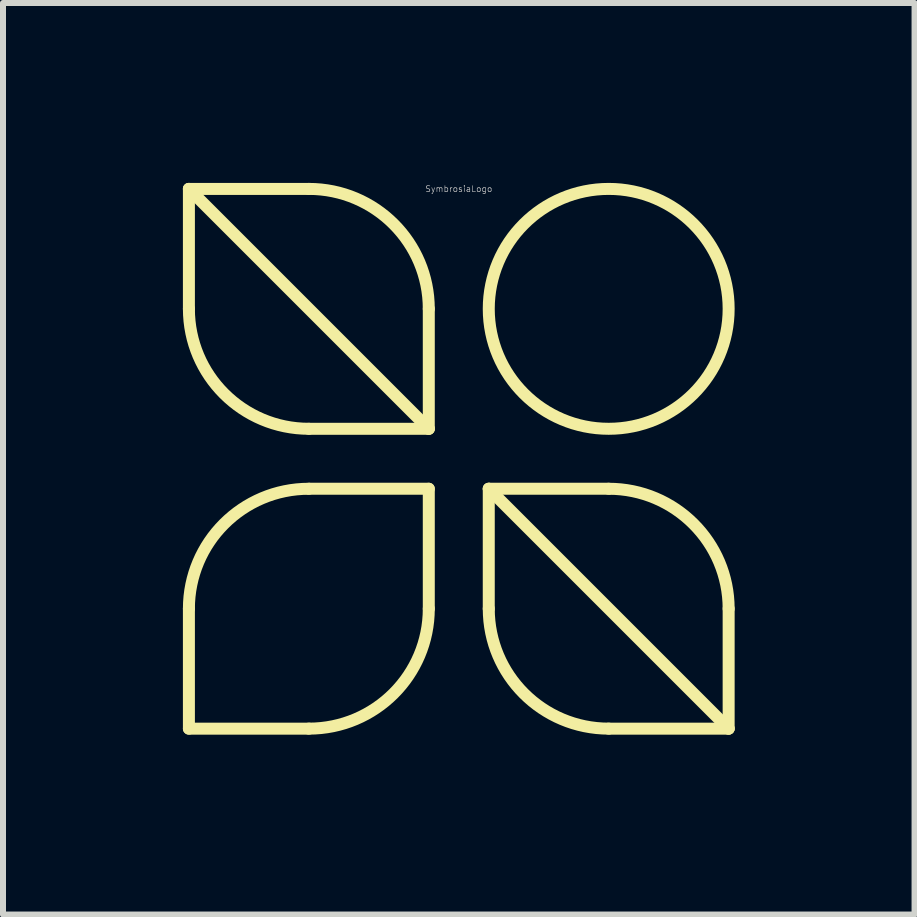
<source format=kicad_pcb>
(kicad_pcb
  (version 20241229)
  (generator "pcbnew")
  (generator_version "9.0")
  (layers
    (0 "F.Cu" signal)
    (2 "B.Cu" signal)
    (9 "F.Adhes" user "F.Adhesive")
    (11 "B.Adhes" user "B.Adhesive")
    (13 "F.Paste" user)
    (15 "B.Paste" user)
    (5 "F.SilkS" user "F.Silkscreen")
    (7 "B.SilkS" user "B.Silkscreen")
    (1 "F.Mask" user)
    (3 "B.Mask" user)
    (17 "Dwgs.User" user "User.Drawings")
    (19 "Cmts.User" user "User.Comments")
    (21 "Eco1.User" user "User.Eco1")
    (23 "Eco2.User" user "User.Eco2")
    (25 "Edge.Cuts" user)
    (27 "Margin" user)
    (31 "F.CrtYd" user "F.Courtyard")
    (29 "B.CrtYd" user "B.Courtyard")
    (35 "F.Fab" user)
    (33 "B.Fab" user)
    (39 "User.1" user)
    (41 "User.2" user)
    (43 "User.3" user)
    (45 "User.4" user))
  (footprint "SymbrosiaLogo"
    (layer "F.Cu")
    (at 4.6 4.6)
    (property "Reference" "SymbrosiaLogo" (at 0 -4.5 0) (layer "Dwgs.User") (effects (font (size 0.1 0.1) (thickness 0.01))))
    (attr through_hole)
    (fp_line (start -4.5 -4.5) (end -4.5 -2.5) (stroke (width 0.2) (type solid)) (layer "F.SilkS"))
    (fp_line (start -4.5 -4.5) (end -0.5 -0.5) (stroke (width 0.2) (type solid)) (layer "F.SilkS"))
    (fp_line (start -4.5 2.5) (end -4.5 4.5) (stroke (width 0.2) (type solid)) (layer "F.SilkS"))
    (fp_line (start -4.5 4.5) (end -2.5 4.5) (stroke (width 0.2) (type solid)) (layer "F.SilkS"))
    (fp_line (start -2.5 -4.5) (end -4.5 -4.5) (stroke (width 0.2) (type solid)) (layer "F.SilkS"))
    (fp_line (start -2.5 0.5) (end -0.5 0.5) (stroke (width 0.2) (type solid)) (layer "F.SilkS"))
    (fp_line (start -0.5 -0.5) (end -2.5 -0.5) (stroke (width 0.2) (type solid)) (layer "F.SilkS"))
    (fp_line (start -0.5 -0.5) (end -0.5 -2.5) (stroke (width 0.2) (type solid)) (layer "F.SilkS"))
    (fp_line (start -0.5 0.5) (end -0.5 2.5) (stroke (width 0.2) (type solid)) (layer "F.SilkS"))
    (fp_line (start 0.5 0.5) (end 2.5 0.5) (stroke (width 0.2) (type solid)) (layer "F.SilkS"))
    (fp_line (start 0.5 0.5) (end 4.5 4.5) (stroke (width 0.2) (type solid)) (layer "F.SilkS"))
    (fp_line (start 0.5 2.5) (end 0.5 0.5) (stroke (width 0.2) (type solid)) (layer "F.SilkS"))
    (fp_line (start 2.5 4.5) (end 4.5 4.5) (stroke (width 0.2) (type solid)) (layer "F.SilkS"))
    (fp_line (start 4.5 4.5) (end 4.5 2.5) (stroke (width 0.2) (type solid)) (layer "F.SilkS"))
    (fp_arc (start -4.5 2.5) (mid -3.914214 1.085786) (end -2.5 0.5) (stroke (width 0.2) (type solid)) (layer "F.SilkS"))
    (fp_arc (start -2.5 -4.5) (mid -1.085786 -3.914214) (end -0.5 -2.5) (stroke (width 0.2) (type solid)) (layer "F.SilkS"))
    (fp_arc (start -2.5 -0.5) (mid -3.914214 -1.085786) (end -4.5 -2.5) (stroke (width 0.2) (type solid)) (layer "F.SilkS"))
    (fp_arc (start -0.5 2.5) (mid -1.085786 3.914214) (end -2.5 4.5) (stroke (width 0.2) (type solid)) (layer "F.SilkS"))
    (fp_arc (start 2.5 0.5) (mid 3.914214 1.085786) (end 4.5 2.5) (stroke (width 0.2) (type solid)) (layer "F.SilkS"))
    (fp_arc (start 2.5 4.5) (mid 1.085786 3.914214) (end 0.5 2.5) (stroke (width 0.2) (type solid)) (layer "F.SilkS"))
    (fp_circle (center 2.5 -2.5) (end 4.5 -2.5) (stroke (width 0.2) (type solid)) (fill no) (layer "F.SilkS")))
  (gr_rect
    (start -3 -3)
    (end 12.2 12.2)
    (stroke (width 0.1) (type default))
    (fill no)
    (layer "Edge.Cuts")))
</source>
